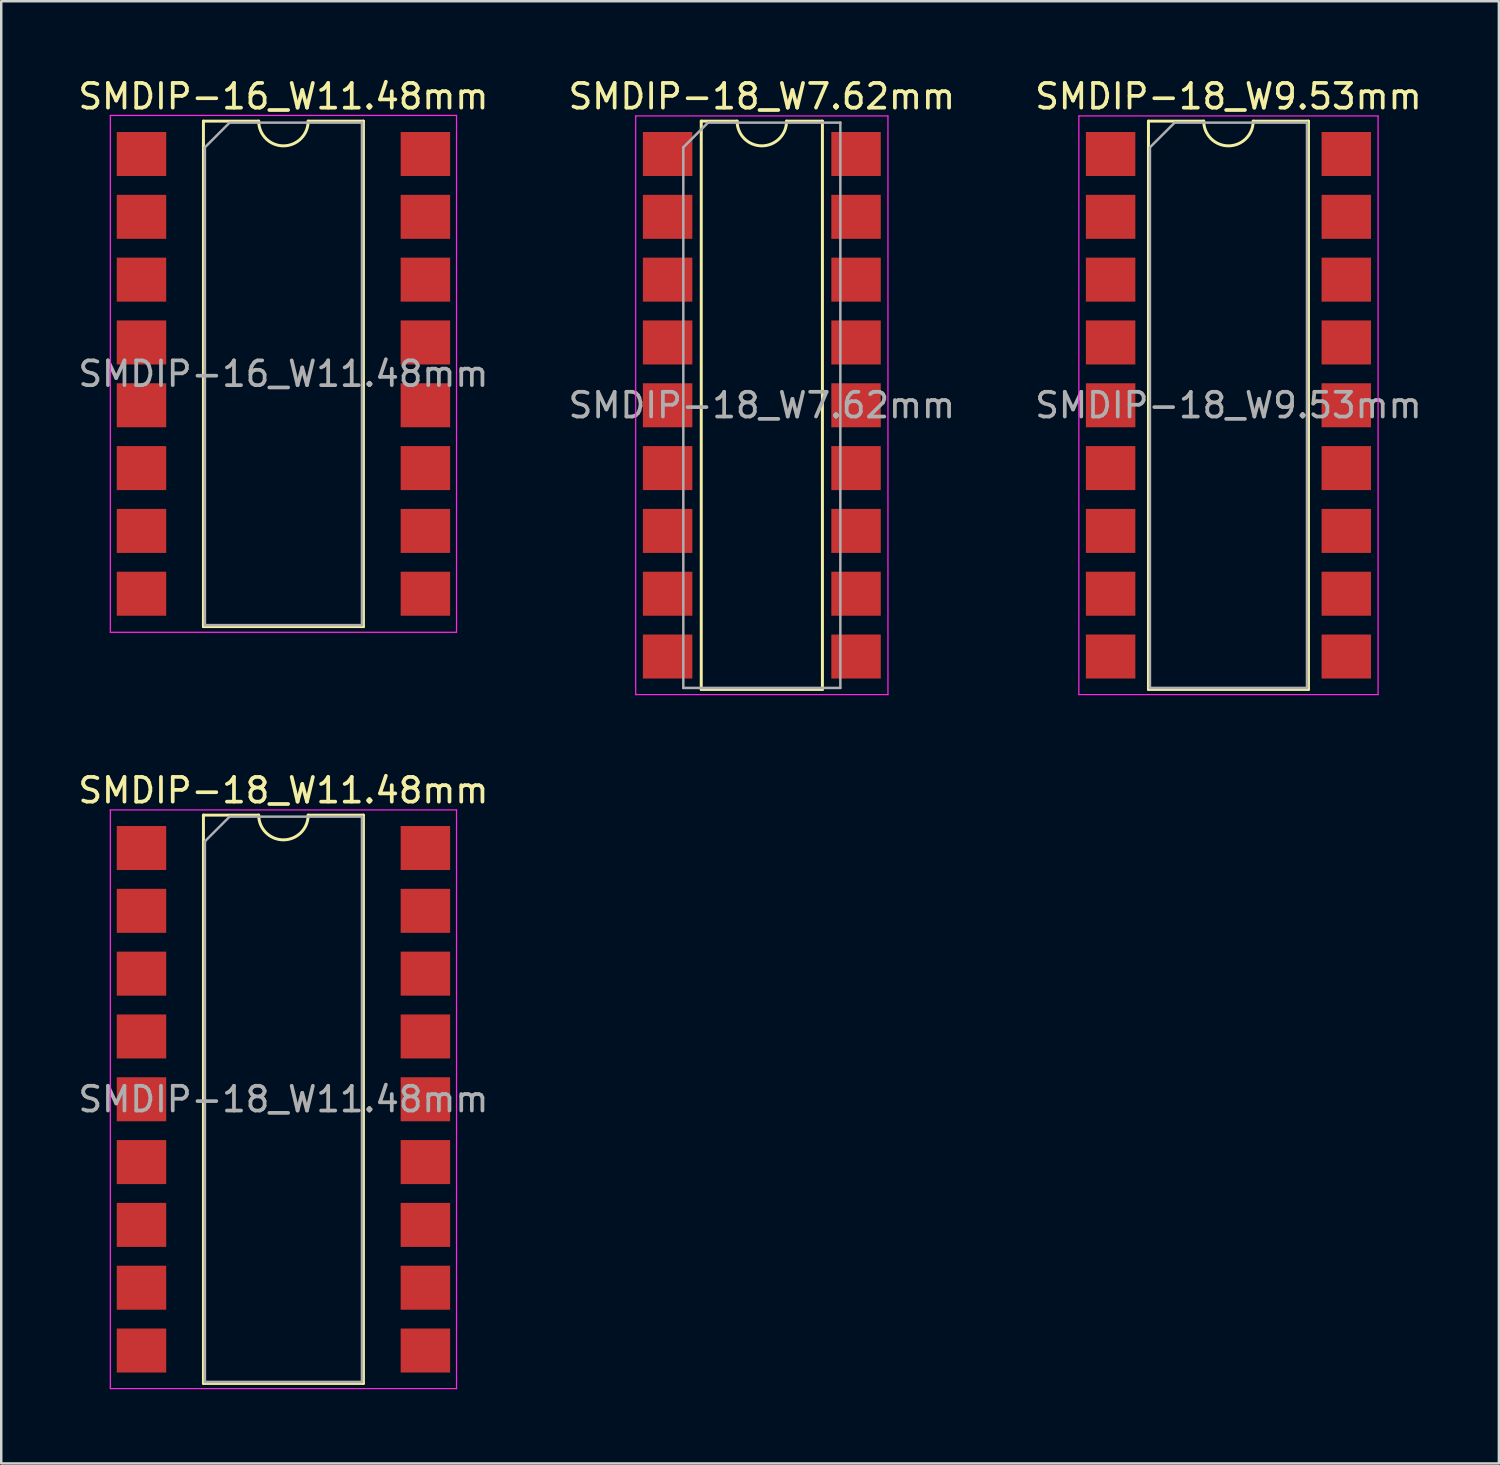
<source format=kicad_pcb>
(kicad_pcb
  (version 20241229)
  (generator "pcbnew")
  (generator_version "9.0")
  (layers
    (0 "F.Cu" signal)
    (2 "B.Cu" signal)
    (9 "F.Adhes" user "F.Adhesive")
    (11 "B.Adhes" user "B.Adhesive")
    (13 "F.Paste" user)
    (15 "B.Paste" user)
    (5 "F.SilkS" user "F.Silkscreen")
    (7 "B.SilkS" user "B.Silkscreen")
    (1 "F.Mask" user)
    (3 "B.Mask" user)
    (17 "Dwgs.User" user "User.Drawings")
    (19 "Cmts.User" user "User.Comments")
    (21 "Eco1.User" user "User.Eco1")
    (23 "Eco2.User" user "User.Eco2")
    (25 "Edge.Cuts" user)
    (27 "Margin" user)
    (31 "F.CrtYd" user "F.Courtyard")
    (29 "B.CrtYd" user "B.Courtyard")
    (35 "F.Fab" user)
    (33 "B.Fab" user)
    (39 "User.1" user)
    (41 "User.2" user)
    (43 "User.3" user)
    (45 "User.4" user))
  (footprint "SMDIP-16_W11.48mm"
    (layer "F.Cu")
    (at 8.411 12.068)
    (property "Reference" "SMDIP-16_W11.48mm" (at 0 -11.22 0) (layer "F.SilkS") (effects (font (size 1 1) (thickness 0.15))))
    (attr smd)
    (fp_line (start -3.235 -10.22) (end -3.235 10.22) (stroke (width 0.12) (type solid)) (layer "F.SilkS"))
    (fp_line (start -3.235 10.22) (end 3.235 10.22) (stroke (width 0.12) (type solid)) (layer "F.SilkS"))
    (fp_line (start -1 -10.22) (end -3.235 -10.22) (stroke (width 0.12) (type solid)) (layer "F.SilkS"))
    (fp_line (start 3.235 -10.22) (end 1 -10.22) (stroke (width 0.12) (type solid)) (layer "F.SilkS"))
    (fp_line (start 3.235 10.22) (end 3.235 -10.22) (stroke (width 0.12) (type solid)) (layer "F.SilkS"))
    (fp_arc (start 1 -10.22) (mid 0 -9.22) (end -1 -10.22) (stroke (width 0.12) (type solid)) (layer "F.SilkS"))
    (fp_line (start -7 -10.45) (end -7 10.45) (stroke (width 0.05) (type solid)) (layer "F.CrtYd"))
    (fp_line (start -7 10.45) (end 7 10.45) (stroke (width 0.05) (type solid)) (layer "F.CrtYd"))
    (fp_line (start 7 -10.45) (end -7 -10.45) (stroke (width 0.05) (type solid)) (layer "F.CrtYd"))
    (fp_line (start 7 10.45) (end 7 -10.45) (stroke (width 0.05) (type solid)) (layer "F.CrtYd"))
    (fp_line (start -3.175 -9.16) (end -2.175 -10.16) (stroke (width 0.1) (type solid)) (layer "F.Fab"))
    (fp_line (start -3.175 10.16) (end -3.175 -9.16) (stroke (width 0.1) (type solid)) (layer "F.Fab"))
    (fp_line (start -2.175 -10.16) (end 3.175 -10.16) (stroke (width 0.1) (type solid)) (layer "F.Fab"))
    (fp_line (start 3.175 -10.16) (end 3.175 10.16) (stroke (width 0.1) (type solid)) (layer "F.Fab"))
    (fp_line (start 3.175 10.16) (end -3.175 10.16) (stroke (width 0.1) (type solid)) (layer "F.Fab"))
    (fp_text user "${REFERENCE}" (at 0 0 0) (layer "F.Fab") (effects (font (size 1 1) (thickness 0.15))))
    (pad "1" smd rect (at -5.74 -8.89) (size 2 1.78) (layers "F.Cu" "F.Mask" "F.Paste"))
    (pad "2" smd rect (at -5.74 -6.35) (size 2 1.78) (layers "F.Cu" "F.Mask" "F.Paste"))
    (pad "3" smd rect (at -5.74 -3.81) (size 2 1.78) (layers "F.Cu" "F.Mask" "F.Paste"))
    (pad "4" smd rect (at -5.74 -1.27) (size 2 1.78) (layers "F.Cu" "F.Mask" "F.Paste"))
    (pad "5" smd rect (at -5.74 1.27) (size 2 1.78) (layers "F.Cu" "F.Mask" "F.Paste"))
    (pad "6" smd rect (at -5.74 3.81) (size 2 1.78) (layers "F.Cu" "F.Mask" "F.Paste"))
    (pad "7" smd rect (at -5.74 6.35) (size 2 1.78) (layers "F.Cu" "F.Mask" "F.Paste"))
    (pad "8" smd rect (at -5.74 8.89) (size 2 1.78) (layers "F.Cu" "F.Mask" "F.Paste"))
    (pad "9" smd rect (at 5.74 8.89) (size 2 1.78) (layers "F.Cu" "F.Mask" "F.Paste"))
    (pad "10" smd rect (at 5.74 6.35) (size 2 1.78) (layers "F.Cu" "F.Mask" "F.Paste"))
    (pad "11" smd rect (at 5.74 3.81) (size 2 1.78) (layers "F.Cu" "F.Mask" "F.Paste"))
    (pad "12" smd rect (at 5.74 1.27) (size 2 1.78) (layers "F.Cu" "F.Mask" "F.Paste"))
    (pad "13" smd rect (at 5.74 -1.27) (size 2 1.78) (layers "F.Cu" "F.Mask" "F.Paste"))
    (pad "14" smd rect (at 5.74 -3.81) (size 2 1.78) (layers "F.Cu" "F.Mask" "F.Paste"))
    (pad "15" smd rect (at 5.74 -6.35) (size 2 1.78) (layers "F.Cu" "F.Mask" "F.Paste"))
    (pad "16" smd rect (at 5.74 -8.89) (size 2 1.78) (layers "F.Cu" "F.Mask" "F.Paste")))
  (footprint "SMDIP-18_W11.48mm"
    (layer "F.Cu")
    (at 8.411 41.401)
    (property "Reference" "SMDIP-18_W11.48mm" (at 0 -12.49 0) (layer "F.SilkS") (effects (font (size 1 1) (thickness 0.15))))
    (attr smd)
    (fp_line (start -3.235 -11.49) (end -3.235 11.49) (stroke (width 0.12) (type solid)) (layer "F.SilkS"))
    (fp_line (start -3.235 11.49) (end 3.235 11.49) (stroke (width 0.12) (type solid)) (layer "F.SilkS"))
    (fp_line (start -1 -11.49) (end -3.235 -11.49) (stroke (width 0.12) (type solid)) (layer "F.SilkS"))
    (fp_line (start 3.235 -11.49) (end 1 -11.49) (stroke (width 0.12) (type solid)) (layer "F.SilkS"))
    (fp_line (start 3.235 11.49) (end 3.235 -11.49) (stroke (width 0.12) (type solid)) (layer "F.SilkS"))
    (fp_arc (start 1 -11.49) (mid 0 -10.49) (end -1 -11.49) (stroke (width 0.12) (type solid)) (layer "F.SilkS"))
    (fp_line (start -7 -11.7) (end -7 11.7) (stroke (width 0.05) (type solid)) (layer "F.CrtYd"))
    (fp_line (start -7 11.7) (end 7 11.7) (stroke (width 0.05) (type solid)) (layer "F.CrtYd"))
    (fp_line (start 7 -11.7) (end -7 -11.7) (stroke (width 0.05) (type solid)) (layer "F.CrtYd"))
    (fp_line (start 7 11.7) (end 7 -11.7) (stroke (width 0.05) (type solid)) (layer "F.CrtYd"))
    (fp_line (start -3.175 -10.43) (end -2.175 -11.43) (stroke (width 0.1) (type solid)) (layer "F.Fab"))
    (fp_line (start -3.175 11.43) (end -3.175 -10.43) (stroke (width 0.1) (type solid)) (layer "F.Fab"))
    (fp_line (start -2.175 -11.43) (end 3.175 -11.43) (stroke (width 0.1) (type solid)) (layer "F.Fab"))
    (fp_line (start 3.175 -11.43) (end 3.175 11.43) (stroke (width 0.1) (type solid)) (layer "F.Fab"))
    (fp_line (start 3.175 11.43) (end -3.175 11.43) (stroke (width 0.1) (type solid)) (layer "F.Fab"))
    (fp_text user "${REFERENCE}" (at 0 0 0) (layer "F.Fab") (effects (font (size 1 1) (thickness 0.15))))
    (pad "1" smd rect (at -5.74 -10.16) (size 2 1.78) (layers "F.Cu" "F.Mask" "F.Paste"))
    (pad "2" smd rect (at -5.74 -7.62) (size 2 1.78) (layers "F.Cu" "F.Mask" "F.Paste"))
    (pad "3" smd rect (at -5.74 -5.08) (size 2 1.78) (layers "F.Cu" "F.Mask" "F.Paste"))
    (pad "4" smd rect (at -5.74 -2.54) (size 2 1.78) (layers "F.Cu" "F.Mask" "F.Paste"))
    (pad "5" smd rect (at -5.74 0) (size 2 1.78) (layers "F.Cu" "F.Mask" "F.Paste"))
    (pad "6" smd rect (at -5.74 2.54) (size 2 1.78) (layers "F.Cu" "F.Mask" "F.Paste"))
    (pad "7" smd rect (at -5.74 5.08) (size 2 1.78) (layers "F.Cu" "F.Mask" "F.Paste"))
    (pad "8" smd rect (at -5.74 7.62) (size 2 1.78) (layers "F.Cu" "F.Mask" "F.Paste"))
    (pad "9" smd rect (at -5.74 10.16) (size 2 1.78) (layers "F.Cu" "F.Mask" "F.Paste"))
    (pad "10" smd rect (at 5.74 10.16) (size 2 1.78) (layers "F.Cu" "F.Mask" "F.Paste"))
    (pad "11" smd rect (at 5.74 7.62) (size 2 1.78) (layers "F.Cu" "F.Mask" "F.Paste"))
    (pad "12" smd rect (at 5.74 5.08) (size 2 1.78) (layers "F.Cu" "F.Mask" "F.Paste"))
    (pad "13" smd rect (at 5.74 2.54) (size 2 1.78) (layers "F.Cu" "F.Mask" "F.Paste"))
    (pad "14" smd rect (at 5.74 0) (size 2 1.78) (layers "F.Cu" "F.Mask" "F.Paste"))
    (pad "15" smd rect (at 5.74 -2.54) (size 2 1.78) (layers "F.Cu" "F.Mask" "F.Paste"))
    (pad "16" smd rect (at 5.74 -5.08) (size 2 1.78) (layers "F.Cu" "F.Mask" "F.Paste"))
    (pad "17" smd rect (at 5.74 -7.62) (size 2 1.78) (layers "F.Cu" "F.Mask" "F.Paste"))
    (pad "18" smd rect (at 5.74 -10.16) (size 2 1.78) (layers "F.Cu" "F.Mask" "F.Paste")))
  (footprint "SMDIP-18_W9.53mm"
    (layer "F.Cu")
    (at 46.625 13.338)
    (property "Reference" "SMDIP-18_W9.53mm" (at 0 -12.49 0) (layer "F.SilkS") (effects (font (size 1 1) (thickness 0.15))))
    (attr smd)
    (fp_line (start -3.235 -11.49) (end -3.235 11.49) (stroke (width 0.12) (type solid)) (layer "F.SilkS"))
    (fp_line (start -3.235 11.49) (end 3.235 11.49) (stroke (width 0.12) (type solid)) (layer "F.SilkS"))
    (fp_line (start -1 -11.49) (end -3.235 -11.49) (stroke (width 0.12) (type solid)) (layer "F.SilkS"))
    (fp_line (start 3.235 -11.49) (end 1 -11.49) (stroke (width 0.12) (type solid)) (layer "F.SilkS"))
    (fp_line (start 3.235 11.49) (end 3.235 -11.49) (stroke (width 0.12) (type solid)) (layer "F.SilkS"))
    (fp_arc (start 1 -11.49) (mid 0 -10.49) (end -1 -11.49) (stroke (width 0.12) (type solid)) (layer "F.SilkS"))
    (fp_line (start -6.05 -11.7) (end -6.05 11.7) (stroke (width 0.05) (type solid)) (layer "F.CrtYd"))
    (fp_line (start -6.05 11.7) (end 6.05 11.7) (stroke (width 0.05) (type solid)) (layer "F.CrtYd"))
    (fp_line (start 6.05 -11.7) (end -6.05 -11.7) (stroke (width 0.05) (type solid)) (layer "F.CrtYd"))
    (fp_line (start 6.05 11.7) (end 6.05 -11.7) (stroke (width 0.05) (type solid)) (layer "F.CrtYd"))
    (fp_line (start -3.175 -10.43) (end -2.175 -11.43) (stroke (width 0.1) (type solid)) (layer "F.Fab"))
    (fp_line (start -3.175 11.43) (end -3.175 -10.43) (stroke (width 0.1) (type solid)) (layer "F.Fab"))
    (fp_line (start -2.175 -11.43) (end 3.175 -11.43) (stroke (width 0.1) (type solid)) (layer "F.Fab"))
    (fp_line (start 3.175 -11.43) (end 3.175 11.43) (stroke (width 0.1) (type solid)) (layer "F.Fab"))
    (fp_line (start 3.175 11.43) (end -3.175 11.43) (stroke (width 0.1) (type solid)) (layer "F.Fab"))
    (fp_text user "${REFERENCE}" (at 0 0 0) (layer "F.Fab") (effects (font (size 1 1) (thickness 0.15))))
    (pad "1" smd rect (at -4.765 -10.16) (size 2 1.78) (layers "F.Cu" "F.Mask" "F.Paste"))
    (pad "2" smd rect (at -4.765 -7.62) (size 2 1.78) (layers "F.Cu" "F.Mask" "F.Paste"))
    (pad "3" smd rect (at -4.765 -5.08) (size 2 1.78) (layers "F.Cu" "F.Mask" "F.Paste"))
    (pad "4" smd rect (at -4.765 -2.54) (size 2 1.78) (layers "F.Cu" "F.Mask" "F.Paste"))
    (pad "5" smd rect (at -4.765 0) (size 2 1.78) (layers "F.Cu" "F.Mask" "F.Paste"))
    (pad "6" smd rect (at -4.765 2.54) (size 2 1.78) (layers "F.Cu" "F.Mask" "F.Paste"))
    (pad "7" smd rect (at -4.765 5.08) (size 2 1.78) (layers "F.Cu" "F.Mask" "F.Paste"))
    (pad "8" smd rect (at -4.765 7.62) (size 2 1.78) (layers "F.Cu" "F.Mask" "F.Paste"))
    (pad "9" smd rect (at -4.765 10.16) (size 2 1.78) (layers "F.Cu" "F.Mask" "F.Paste"))
    (pad "10" smd rect (at 4.765 10.16) (size 2 1.78) (layers "F.Cu" "F.Mask" "F.Paste"))
    (pad "11" smd rect (at 4.765 7.62) (size 2 1.78) (layers "F.Cu" "F.Mask" "F.Paste"))
    (pad "12" smd rect (at 4.765 5.08) (size 2 1.78) (layers "F.Cu" "F.Mask" "F.Paste"))
    (pad "13" smd rect (at 4.765 2.54) (size 2 1.78) (layers "F.Cu" "F.Mask" "F.Paste"))
    (pad "14" smd rect (at 4.765 0) (size 2 1.78) (layers "F.Cu" "F.Mask" "F.Paste"))
    (pad "15" smd rect (at 4.765 -2.54) (size 2 1.78) (layers "F.Cu" "F.Mask" "F.Paste"))
    (pad "16" smd rect (at 4.765 -5.08) (size 2 1.78) (layers "F.Cu" "F.Mask" "F.Paste"))
    (pad "17" smd rect (at 4.765 -7.62) (size 2 1.78) (layers "F.Cu" "F.Mask" "F.Paste"))
    (pad "18" smd rect (at 4.765 -10.16) (size 2 1.78) (layers "F.Cu" "F.Mask" "F.Paste")))
  (footprint "SMDIP-18_W7.62mm"
    (layer "F.Cu")
    (at 27.756 13.338)
    (property "Reference" "SMDIP-18_W7.62mm" (at 0 -12.49 0) (layer "F.SilkS") (effects (font (size 1 1) (thickness 0.15))))
    (attr smd)
    (fp_line (start -2.45 -11.49) (end -2.45 11.49) (stroke (width 0.12) (type solid)) (layer "F.SilkS"))
    (fp_line (start -2.45 11.49) (end 2.45 11.49) (stroke (width 0.12) (type solid)) (layer "F.SilkS"))
    (fp_line (start -1 -11.49) (end -2.45 -11.49) (stroke (width 0.12) (type solid)) (layer "F.SilkS"))
    (fp_line (start 2.45 -11.49) (end 1 -11.49) (stroke (width 0.12) (type solid)) (layer "F.SilkS"))
    (fp_line (start 2.45 11.49) (end 2.45 -11.49) (stroke (width 0.12) (type solid)) (layer "F.SilkS"))
    (fp_arc (start 1 -11.49) (mid 0 -10.49) (end -1 -11.49) (stroke (width 0.12) (type solid)) (layer "F.SilkS"))
    (fp_line (start -5.1 -11.7) (end -5.1 11.7) (stroke (width 0.05) (type solid)) (layer "F.CrtYd"))
    (fp_line (start -5.1 11.7) (end 5.1 11.7) (stroke (width 0.05) (type solid)) (layer "F.CrtYd"))
    (fp_line (start 5.1 -11.7) (end -5.1 -11.7) (stroke (width 0.05) (type solid)) (layer "F.CrtYd"))
    (fp_line (start 5.1 11.7) (end 5.1 -11.7) (stroke (width 0.05) (type solid)) (layer "F.CrtYd"))
    (fp_line (start -3.175 -10.43) (end -2.175 -11.43) (stroke (width 0.1) (type solid)) (layer "F.Fab"))
    (fp_line (start -3.175 11.43) (end -3.175 -10.43) (stroke (width 0.1) (type solid)) (layer "F.Fab"))
    (fp_line (start -2.175 -11.43) (end 3.175 -11.43) (stroke (width 0.1) (type solid)) (layer "F.Fab"))
    (fp_line (start 3.175 -11.43) (end 3.175 11.43) (stroke (width 0.1) (type solid)) (layer "F.Fab"))
    (fp_line (start 3.175 11.43) (end -3.175 11.43) (stroke (width 0.1) (type solid)) (layer "F.Fab"))
    (fp_text user "${REFERENCE}" (at 0 0 0) (layer "F.Fab") (effects (font (size 1 1) (thickness 0.15))))
    (pad "1" smd rect (at -3.81 -10.16) (size 2 1.78) (layers "F.Cu" "F.Mask" "F.Paste"))
    (pad "2" smd rect (at -3.81 -7.62) (size 2 1.78) (layers "F.Cu" "F.Mask" "F.Paste"))
    (pad "3" smd rect (at -3.81 -5.08) (size 2 1.78) (layers "F.Cu" "F.Mask" "F.Paste"))
    (pad "4" smd rect (at -3.81 -2.54) (size 2 1.78) (layers "F.Cu" "F.Mask" "F.Paste"))
    (pad "5" smd rect (at -3.81 0) (size 2 1.78) (layers "F.Cu" "F.Mask" "F.Paste"))
    (pad "6" smd rect (at -3.81 2.54) (size 2 1.78) (layers "F.Cu" "F.Mask" "F.Paste"))
    (pad "7" smd rect (at -3.81 5.08) (size 2 1.78) (layers "F.Cu" "F.Mask" "F.Paste"))
    (pad "8" smd rect (at -3.81 7.62) (size 2 1.78) (layers "F.Cu" "F.Mask" "F.Paste"))
    (pad "9" smd rect (at -3.81 10.16) (size 2 1.78) (layers "F.Cu" "F.Mask" "F.Paste"))
    (pad "10" smd rect (at 3.81 10.16) (size 2 1.78) (layers "F.Cu" "F.Mask" "F.Paste"))
    (pad "11" smd rect (at 3.81 7.62) (size 2 1.78) (layers "F.Cu" "F.Mask" "F.Paste"))
    (pad "12" smd rect (at 3.81 5.08) (size 2 1.78) (layers "F.Cu" "F.Mask" "F.Paste"))
    (pad "13" smd rect (at 3.81 2.54) (size 2 1.78) (layers "F.Cu" "F.Mask" "F.Paste"))
    (pad "14" smd rect (at 3.81 0) (size 2 1.78) (layers "F.Cu" "F.Mask" "F.Paste"))
    (pad "15" smd rect (at 3.81 -2.54) (size 2 1.78) (layers "F.Cu" "F.Mask" "F.Paste"))
    (pad "16" smd rect (at 3.81 -5.08) (size 2 1.78) (layers "F.Cu" "F.Mask" "F.Paste"))
    (pad "17" smd rect (at 3.81 -7.62) (size 2 1.78) (layers "F.Cu" "F.Mask" "F.Paste"))
    (pad "18" smd rect (at 3.81 -10.16) (size 2 1.78) (layers "F.Cu" "F.Mask" "F.Paste")))
  (gr_rect
    (start -3 -3)
    (end 57.56 56.127)
    (stroke (width 0.1) (type default))
    (fill no)
    (layer "Edge.Cuts")))
</source>
